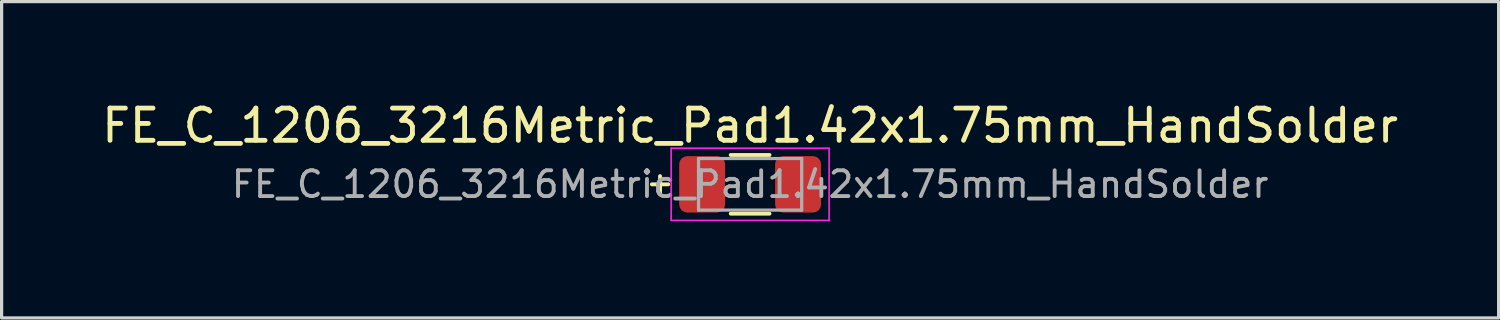
<source format=kicad_pcb>
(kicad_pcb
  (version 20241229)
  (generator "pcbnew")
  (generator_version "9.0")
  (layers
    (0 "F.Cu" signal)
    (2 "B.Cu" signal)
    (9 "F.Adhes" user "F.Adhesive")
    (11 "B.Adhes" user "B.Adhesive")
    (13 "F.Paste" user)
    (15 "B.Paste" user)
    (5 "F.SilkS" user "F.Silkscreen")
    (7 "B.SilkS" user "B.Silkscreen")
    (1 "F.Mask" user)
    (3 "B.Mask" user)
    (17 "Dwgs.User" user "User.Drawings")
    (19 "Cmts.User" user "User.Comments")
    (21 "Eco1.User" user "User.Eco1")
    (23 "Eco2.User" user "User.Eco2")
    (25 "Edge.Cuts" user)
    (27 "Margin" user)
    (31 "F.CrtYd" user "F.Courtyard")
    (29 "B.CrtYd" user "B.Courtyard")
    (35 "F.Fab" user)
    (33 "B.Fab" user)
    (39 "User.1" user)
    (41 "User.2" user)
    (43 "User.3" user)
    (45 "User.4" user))
  (footprint "FE_C_1206_3216Metric_Pad1.42x1.75mm_HandSolder"
    (layer "F.Cu")
    (at 20.22 2.668)
    (property "Reference" "FE_C_1206_3216Metric_Pad1.42x1.75mm_HandSolder" (at 0 -1.82 0) (layer "F.SilkS") (effects (font (size 1 1) (thickness 0.15))))
    (attr smd)
    (fp_line (start -3.048 0) (end -2.54 0) (stroke (width 0.12) (type solid)) (layer "F.SilkS"))
    (fp_line (start -2.794 -0.254) (end -2.794 0.254) (stroke (width 0.12) (type solid)) (layer "F.SilkS"))
    (fp_line (start -0.602 -0.91) (end 0.602 -0.91) (stroke (width 0.12) (type solid)) (layer "F.SilkS"))
    (fp_line (start -0.602 0.91) (end 0.602 0.91) (stroke (width 0.12) (type solid)) (layer "F.SilkS"))
    (fp_line (start -2.45 -1.12) (end 2.45 -1.12) (stroke (width 0.05) (type solid)) (layer "F.CrtYd"))
    (fp_line (start -2.45 1.12) (end -2.45 -1.12) (stroke (width 0.05) (type solid)) (layer "F.CrtYd"))
    (fp_line (start 2.45 -1.12) (end 2.45 1.12) (stroke (width 0.05) (type solid)) (layer "F.CrtYd"))
    (fp_line (start 2.45 1.12) (end -2.45 1.12) (stroke (width 0.05) (type solid)) (layer "F.CrtYd"))
    (fp_line (start -1.6 -0.8) (end 1.6 -0.8) (stroke (width 0.1) (type solid)) (layer "F.Fab"))
    (fp_line (start -1.6 0.8) (end -1.6 -0.8) (stroke (width 0.1) (type solid)) (layer "F.Fab"))
    (fp_line (start 1.6 -0.8) (end 1.6 0.8) (stroke (width 0.1) (type solid)) (layer "F.Fab"))
    (fp_line (start 1.6 0.8) (end -1.6 0.8) (stroke (width 0.1) (type solid)) (layer "F.Fab"))
    (fp_text user "${REFERENCE}" (at 0 0 0) (layer "F.Fab") (effects (font (size 0.8 0.8) (thickness 0.12))))
    (pad "1" smd roundrect (at -1.488 0) (size 1.425 1.75) (layers "F.Cu" "F.Mask" "F.Paste") (roundrect_rratio 0.175))
    (pad "2" smd roundrect (at 1.488 0) (size 1.425 1.75) (layers "F.Cu" "F.Mask" "F.Paste") (roundrect_rratio 0.175)))
  (gr_rect
    (start -3 -3)
    (end 43.44 6.813)
    (stroke (width 0.1) (type default))
    (fill no)
    (layer "Edge.Cuts")))
</source>
